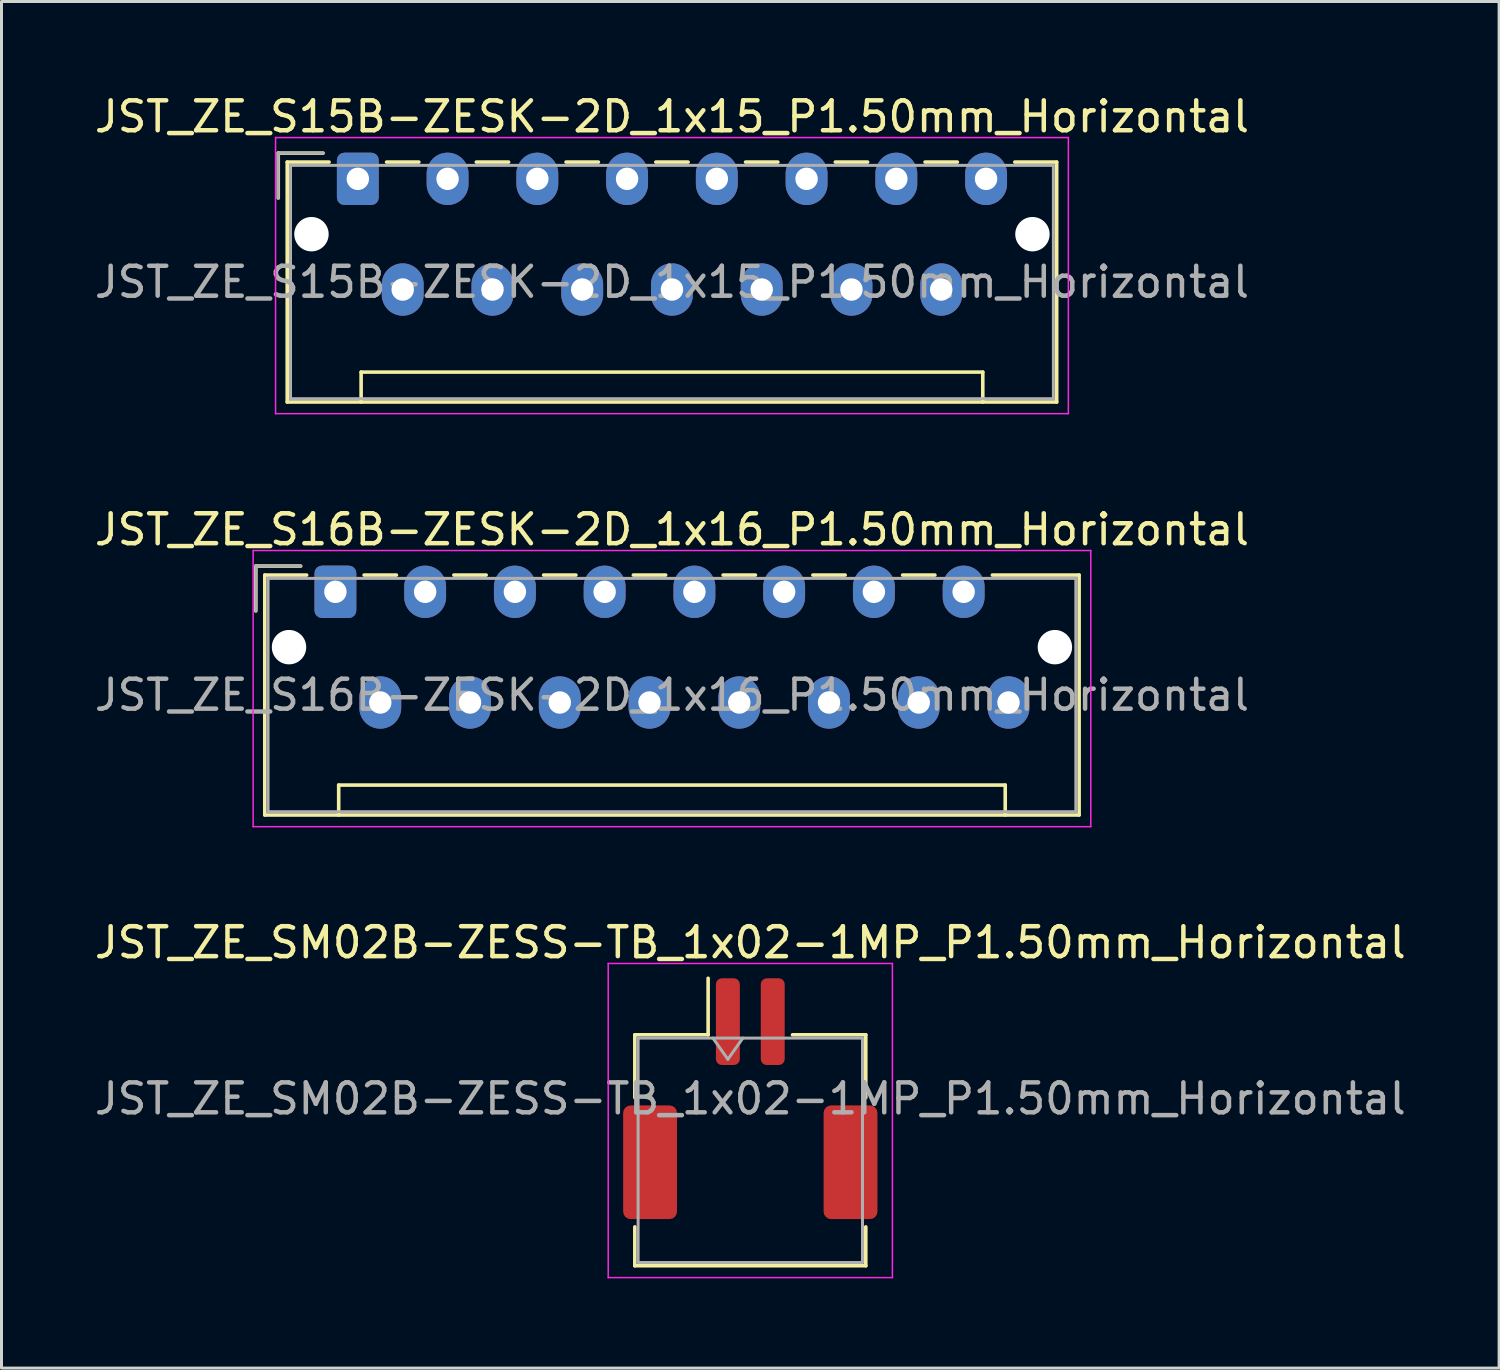
<source format=kicad_pcb>
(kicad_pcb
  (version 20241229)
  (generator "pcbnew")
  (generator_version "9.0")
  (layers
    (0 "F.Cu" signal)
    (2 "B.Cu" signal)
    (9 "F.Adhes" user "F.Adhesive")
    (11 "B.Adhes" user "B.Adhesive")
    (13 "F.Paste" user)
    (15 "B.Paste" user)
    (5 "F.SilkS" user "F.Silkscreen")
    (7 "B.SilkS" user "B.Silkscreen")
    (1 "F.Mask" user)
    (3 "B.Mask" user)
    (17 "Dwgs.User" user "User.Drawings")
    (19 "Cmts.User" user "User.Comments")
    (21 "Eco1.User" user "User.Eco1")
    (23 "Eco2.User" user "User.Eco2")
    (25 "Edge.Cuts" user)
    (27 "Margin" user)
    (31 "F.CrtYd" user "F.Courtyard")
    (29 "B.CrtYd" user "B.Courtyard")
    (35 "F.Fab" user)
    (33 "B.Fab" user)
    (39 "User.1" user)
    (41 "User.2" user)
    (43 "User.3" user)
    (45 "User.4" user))
  (footprint "JST_ZE_S15B-ZESK-2D_1x15_P1.50mm_Horizontal"
    (layer "F.Cu")
    (at 8.911 2.928)
    (property "Reference" "JST_ZE_S15B-ZESK-2D_1x15_P1.50mm_Horizontal" (at 10.5 -2.08 0) (layer "F.SilkS") (effects (font (size 1 1) (thickness 0.15))))
    (attr through_hole)
    (fp_line (start -2.66 -0.86) (end -1.16 -0.86) (stroke (width 0.12) (type solid)) (layer "F.SilkS"))
    (fp_line (start -2.66 0.64) (end -2.66 -0.86) (stroke (width 0.12) (type solid)) (layer "F.SilkS"))
    (fp_line (start -2.36 -0.56) (end -2.36 7.46) (stroke (width 0.12) (type solid)) (layer "F.SilkS"))
    (fp_line (start -2.36 7.46) (end 23.36 7.46) (stroke (width 0.12) (type solid)) (layer "F.SilkS"))
    (fp_line (start -0.96 -0.56) (end -2.36 -0.56) (stroke (width 0.12) (type solid)) (layer "F.SilkS"))
    (fp_line (start 0.11 6.46) (end 20.89 6.46) (stroke (width 0.12) (type solid)) (layer "F.SilkS"))
    (fp_line (start 0.11 7.46) (end 0.11 6.46) (stroke (width 0.12) (type solid)) (layer "F.SilkS"))
    (fp_line (start 0.96 -0.56) (end 2.04 -0.56) (stroke (width 0.12) (type solid)) (layer "F.SilkS"))
    (fp_line (start 3.96 -0.56) (end 5.04 -0.56) (stroke (width 0.12) (type solid)) (layer "F.SilkS"))
    (fp_line (start 6.96 -0.56) (end 8.04 -0.56) (stroke (width 0.12) (type solid)) (layer "F.SilkS"))
    (fp_line (start 9.96 -0.56) (end 11.04 -0.56) (stroke (width 0.12) (type solid)) (layer "F.SilkS"))
    (fp_line (start 12.96 -0.56) (end 14.04 -0.56) (stroke (width 0.12) (type solid)) (layer "F.SilkS"))
    (fp_line (start 15.96 -0.56) (end 17.04 -0.56) (stroke (width 0.12) (type solid)) (layer "F.SilkS"))
    (fp_line (start 18.96 -0.56) (end 20.04 -0.56) (stroke (width 0.12) (type solid)) (layer "F.SilkS"))
    (fp_line (start 20.89 6.46) (end 20.89 7.46) (stroke (width 0.12) (type solid)) (layer "F.SilkS"))
    (fp_line (start 23.36 -0.56) (end 21.96 -0.56) (stroke (width 0.12) (type solid)) (layer "F.SilkS"))
    (fp_line (start 23.36 7.46) (end 23.36 -0.56) (stroke (width 0.12) (type solid)) (layer "F.SilkS"))
    (fp_line (start -2.75 -1.38) (end -2.75 7.85) (stroke (width 0.05) (type solid)) (layer "F.CrtYd"))
    (fp_line (start -2.75 7.85) (end 23.75 7.85) (stroke (width 0.05) (type solid)) (layer "F.CrtYd"))
    (fp_line (start 23.75 -1.38) (end -2.75 -1.38) (stroke (width 0.05) (type solid)) (layer "F.CrtYd"))
    (fp_line (start 23.75 7.85) (end 23.75 -1.38) (stroke (width 0.05) (type solid)) (layer "F.CrtYd"))
    (fp_line (start -2.66 -0.86) (end -1.16 -0.86) (stroke (width 0.1) (type solid)) (layer "F.Fab"))
    (fp_line (start -2.66 0.64) (end -2.66 -0.86) (stroke (width 0.1) (type solid)) (layer "F.Fab"))
    (fp_line (start -2.25 -0.45) (end -2.25 7.35) (stroke (width 0.1) (type solid)) (layer "F.Fab"))
    (fp_line (start -2.25 7.35) (end 23.25 7.35) (stroke (width 0.1) (type solid)) (layer "F.Fab"))
    (fp_line (start 23.25 -0.45) (end -2.25 -0.45) (stroke (width 0.1) (type solid)) (layer "F.Fab"))
    (fp_line (start 23.25 7.35) (end 23.25 -0.45) (stroke (width 0.1) (type solid)) (layer "F.Fab"))
    (fp_text user "${REFERENCE}" (at 10.5 3.45 0) (layer "F.Fab") (effects (font (size 1 1) (thickness 0.15))))
    (pad "" np_thru_hole circle (at -1.55 1.85) (size 1.15 1.15) (drill 1.15) (layers "*.Cu" "*.Mask"))
    (pad "" np_thru_hole circle (at 22.55 1.85) (size 1.15 1.15) (drill 1.15) (layers "*.Cu" "*.Mask"))
    (pad "1" thru_hole roundrect (at 0 0) (size 1.4 1.75) (drill 0.75) (layers "*.Cu" "*.Mask") (roundrect_rratio 0.179))
    (pad "2" thru_hole oval (at 1.5 3.7) (size 1.4 1.75) (drill 0.75) (layers "*.Cu" "*.Mask"))
    (pad "3" thru_hole oval (at 3 0) (size 1.4 1.75) (drill 0.75) (layers "*.Cu" "*.Mask"))
    (pad "4" thru_hole oval (at 4.5 3.7) (size 1.4 1.75) (drill 0.75) (layers "*.Cu" "*.Mask"))
    (pad "5" thru_hole oval (at 6 0) (size 1.4 1.75) (drill 0.75) (layers "*.Cu" "*.Mask"))
    (pad "6" thru_hole oval (at 7.5 3.7) (size 1.4 1.75) (drill 0.75) (layers "*.Cu" "*.Mask"))
    (pad "7" thru_hole oval (at 9 0) (size 1.4 1.75) (drill 0.75) (layers "*.Cu" "*.Mask"))
    (pad "8" thru_hole oval (at 10.5 3.7) (size 1.4 1.75) (drill 0.75) (layers "*.Cu" "*.Mask"))
    (pad "9" thru_hole oval (at 12 0) (size 1.4 1.75) (drill 0.75) (layers "*.Cu" "*.Mask"))
    (pad "10" thru_hole oval (at 13.5 3.7) (size 1.4 1.75) (drill 0.75) (layers "*.Cu" "*.Mask"))
    (pad "11" thru_hole oval (at 15 0) (size 1.4 1.75) (drill 0.75) (layers "*.Cu" "*.Mask"))
    (pad "12" thru_hole oval (at 16.5 3.7) (size 1.4 1.75) (drill 0.75) (layers "*.Cu" "*.Mask"))
    (pad "13" thru_hole oval (at 18 0) (size 1.4 1.75) (drill 0.75) (layers "*.Cu" "*.Mask"))
    (pad "14" thru_hole oval (at 19.5 3.7) (size 1.4 1.75) (drill 0.75) (layers "*.Cu" "*.Mask"))
    (pad "15" thru_hole oval (at 21 0) (size 1.4 1.75) (drill 0.75) (layers "*.Cu" "*.Mask")))
  (footprint "JST_ZE_S16B-ZESK-2D_1x16_P1.50mm_Horizontal"
    (layer "F.Cu")
    (at 8.161 16.732)
    (property "Reference" "JST_ZE_S16B-ZESK-2D_1x16_P1.50mm_Horizontal" (at 11.25 -2.08 0) (layer "F.SilkS") (effects (font (size 1 1) (thickness 0.15))))
    (attr through_hole)
    (fp_line (start -2.66 -0.86) (end -1.16 -0.86) (stroke (width 0.12) (type solid)) (layer "F.SilkS"))
    (fp_line (start -2.66 0.64) (end -2.66 -0.86) (stroke (width 0.12) (type solid)) (layer "F.SilkS"))
    (fp_line (start -2.36 -0.56) (end -2.36 7.46) (stroke (width 0.12) (type solid)) (layer "F.SilkS"))
    (fp_line (start -2.36 7.46) (end 24.86 7.46) (stroke (width 0.12) (type solid)) (layer "F.SilkS"))
    (fp_line (start -0.96 -0.56) (end -2.36 -0.56) (stroke (width 0.12) (type solid)) (layer "F.SilkS"))
    (fp_line (start 0.11 6.46) (end 22.39 6.46) (stroke (width 0.12) (type solid)) (layer "F.SilkS"))
    (fp_line (start 0.11 7.46) (end 0.11 6.46) (stroke (width 0.12) (type solid)) (layer "F.SilkS"))
    (fp_line (start 0.96 -0.56) (end 2.04 -0.56) (stroke (width 0.12) (type solid)) (layer "F.SilkS"))
    (fp_line (start 3.96 -0.56) (end 5.04 -0.56) (stroke (width 0.12) (type solid)) (layer "F.SilkS"))
    (fp_line (start 6.96 -0.56) (end 8.04 -0.56) (stroke (width 0.12) (type solid)) (layer "F.SilkS"))
    (fp_line (start 9.96 -0.56) (end 11.04 -0.56) (stroke (width 0.12) (type solid)) (layer "F.SilkS"))
    (fp_line (start 12.96 -0.56) (end 14.04 -0.56) (stroke (width 0.12) (type solid)) (layer "F.SilkS"))
    (fp_line (start 15.96 -0.56) (end 17.04 -0.56) (stroke (width 0.12) (type solid)) (layer "F.SilkS"))
    (fp_line (start 18.96 -0.56) (end 20.04 -0.56) (stroke (width 0.12) (type solid)) (layer "F.SilkS"))
    (fp_line (start 22.39 6.46) (end 22.39 7.46) (stroke (width 0.12) (type solid)) (layer "F.SilkS"))
    (fp_line (start 24.86 -0.56) (end 21.96 -0.56) (stroke (width 0.12) (type solid)) (layer "F.SilkS"))
    (fp_line (start 24.86 7.46) (end 24.86 -0.56) (stroke (width 0.12) (type solid)) (layer "F.SilkS"))
    (fp_line (start -2.75 -1.38) (end -2.75 7.85) (stroke (width 0.05) (type solid)) (layer "F.CrtYd"))
    (fp_line (start -2.75 7.85) (end 25.25 7.85) (stroke (width 0.05) (type solid)) (layer "F.CrtYd"))
    (fp_line (start 25.25 -1.38) (end -2.75 -1.38) (stroke (width 0.05) (type solid)) (layer "F.CrtYd"))
    (fp_line (start 25.25 7.85) (end 25.25 -1.38) (stroke (width 0.05) (type solid)) (layer "F.CrtYd"))
    (fp_line (start -2.66 -0.86) (end -1.16 -0.86) (stroke (width 0.1) (type solid)) (layer "F.Fab"))
    (fp_line (start -2.66 0.64) (end -2.66 -0.86) (stroke (width 0.1) (type solid)) (layer "F.Fab"))
    (fp_line (start -2.25 -0.45) (end -2.25 7.35) (stroke (width 0.1) (type solid)) (layer "F.Fab"))
    (fp_line (start -2.25 7.35) (end 24.75 7.35) (stroke (width 0.1) (type solid)) (layer "F.Fab"))
    (fp_line (start 24.75 -0.45) (end -2.25 -0.45) (stroke (width 0.1) (type solid)) (layer "F.Fab"))
    (fp_line (start 24.75 7.35) (end 24.75 -0.45) (stroke (width 0.1) (type solid)) (layer "F.Fab"))
    (fp_text user "${REFERENCE}" (at 11.25 3.45 0) (layer "F.Fab") (effects (font (size 1 1) (thickness 0.15))))
    (pad "" np_thru_hole circle (at -1.55 1.85) (size 1.15 1.15) (drill 1.15) (layers "*.Cu" "*.Mask"))
    (pad "" np_thru_hole circle (at 24.05 1.85) (size 1.15 1.15) (drill 1.15) (layers "*.Cu" "*.Mask"))
    (pad "1" thru_hole roundrect (at 0 0) (size 1.4 1.75) (drill 0.75) (layers "*.Cu" "*.Mask") (roundrect_rratio 0.179))
    (pad "2" thru_hole oval (at 1.5 3.7) (size 1.4 1.75) (drill 0.75) (layers "*.Cu" "*.Mask"))
    (pad "3" thru_hole oval (at 3 0) (size 1.4 1.75) (drill 0.75) (layers "*.Cu" "*.Mask"))
    (pad "4" thru_hole oval (at 4.5 3.7) (size 1.4 1.75) (drill 0.75) (layers "*.Cu" "*.Mask"))
    (pad "5" thru_hole oval (at 6 0) (size 1.4 1.75) (drill 0.75) (layers "*.Cu" "*.Mask"))
    (pad "6" thru_hole oval (at 7.5 3.7) (size 1.4 1.75) (drill 0.75) (layers "*.Cu" "*.Mask"))
    (pad "7" thru_hole oval (at 9 0) (size 1.4 1.75) (drill 0.75) (layers "*.Cu" "*.Mask"))
    (pad "8" thru_hole oval (at 10.5 3.7) (size 1.4 1.75) (drill 0.75) (layers "*.Cu" "*.Mask"))
    (pad "9" thru_hole oval (at 12 0) (size 1.4 1.75) (drill 0.75) (layers "*.Cu" "*.Mask"))
    (pad "10" thru_hole oval (at 13.5 3.7) (size 1.4 1.75) (drill 0.75) (layers "*.Cu" "*.Mask"))
    (pad "11" thru_hole oval (at 15 0) (size 1.4 1.75) (drill 0.75) (layers "*.Cu" "*.Mask"))
    (pad "12" thru_hole oval (at 16.5 3.7) (size 1.4 1.75) (drill 0.75) (layers "*.Cu" "*.Mask"))
    (pad "13" thru_hole oval (at 18 0) (size 1.4 1.75) (drill 0.75) (layers "*.Cu" "*.Mask"))
    (pad "14" thru_hole oval (at 19.5 3.7) (size 1.4 1.75) (drill 0.75) (layers "*.Cu" "*.Mask"))
    (pad "15" thru_hole oval (at 21 0) (size 1.4 1.75) (drill 0.75) (layers "*.Cu" "*.Mask"))
    (pad "16" thru_hole oval (at 22.5 3.7) (size 1.4 1.75) (drill 0.75) (layers "*.Cu" "*.Mask")))
  (footprint "JST_ZE_SM02B-ZESS-TB_1x02-1MP_P1.50mm_Horizontal"
    (layer "F.Cu")
    (at 22.03 33.675)
    (property "Reference" "JST_ZE_SM02B-ZESS-TB_1x02-1MP_P1.50mm_Horizontal" (at 0 -5.22 0) (layer "F.SilkS") (effects (font (size 1 1) (thickness 0.15))))
    (attr smd)
    (fp_line (start -3.86 -2.135) (end -1.41 -2.135) (stroke (width 0.12) (type solid)) (layer "F.SilkS"))
    (fp_line (start -3.86 -0.035) (end -3.86 -2.135) (stroke (width 0.12) (type solid)) (layer "F.SilkS"))
    (fp_line (start -3.86 4.285) (end -3.86 5.585) (stroke (width 0.12) (type solid)) (layer "F.SilkS"))
    (fp_line (start -3.86 5.585) (end 3.86 5.585) (stroke (width 0.12) (type solid)) (layer "F.SilkS"))
    (fp_line (start -1.41 -2.135) (end -1.41 -4.025) (stroke (width 0.12) (type solid)) (layer "F.SilkS"))
    (fp_line (start 3.86 -2.135) (end 1.41 -2.135) (stroke (width 0.12) (type solid)) (layer "F.SilkS"))
    (fp_line (start 3.86 -0.035) (end 3.86 -2.135) (stroke (width 0.12) (type solid)) (layer "F.SilkS"))
    (fp_line (start 3.86 5.585) (end 3.86 4.285) (stroke (width 0.12) (type solid)) (layer "F.SilkS"))
    (fp_line (start -4.75 -4.52) (end -4.75 5.98) (stroke (width 0.05) (type solid)) (layer "F.CrtYd"))
    (fp_line (start -4.75 5.98) (end 4.75 5.98) (stroke (width 0.05) (type solid)) (layer "F.CrtYd"))
    (fp_line (start 4.75 -4.52) (end -4.75 -4.52) (stroke (width 0.05) (type solid)) (layer "F.CrtYd"))
    (fp_line (start 4.75 5.98) (end 4.75 -4.52) (stroke (width 0.05) (type solid)) (layer "F.CrtYd"))
    (fp_line (start -3.75 -2.025) (end -3.75 5.475) (stroke (width 0.1) (type solid)) (layer "F.Fab"))
    (fp_line (start -3.75 -2.025) (end 3.75 -2.025) (stroke (width 0.1) (type solid)) (layer "F.Fab"))
    (fp_line (start -3.75 5.475) (end 3.75 5.475) (stroke (width 0.1) (type solid)) (layer "F.Fab"))
    (fp_line (start -1.25 -2.025) (end -0.75 -1.318) (stroke (width 0.1) (type solid)) (layer "F.Fab"))
    (fp_line (start -0.75 -1.318) (end -0.25 -2.025) (stroke (width 0.1) (type solid)) (layer "F.Fab"))
    (fp_line (start 3.75 -2.025) (end 3.75 5.475) (stroke (width 0.1) (type solid)) (layer "F.Fab"))
    (fp_text user "${REFERENCE}" (at 0 0 0) (layer "F.Fab") (effects (font (size 1 1) (thickness 0.15))))
    (pad "1" smd roundrect (at -0.75 -2.575) (size 0.8 2.9) (layers "F.Cu" "F.Mask" "F.Paste") (roundrect_rratio 0.25))
    (pad "2" smd roundrect (at 0.75 -2.575) (size 0.8 2.9) (layers "F.Cu" "F.Mask" "F.Paste") (roundrect_rratio 0.25))
    (pad "MP" smd roundrect (at -3.35 2.125) (size 1.8 3.8) (layers "F.Cu" "F.Mask" "F.Paste") (roundrect_rratio 0.139))
    (pad "MP" smd roundrect (at 3.35 2.125) (size 1.8 3.8) (layers "F.Cu" "F.Mask" "F.Paste") (roundrect_rratio 0.139)))
  (gr_rect
    (start -3 -3)
    (end 47.06 42.68)
    (stroke (width 0.1) (type default))
    (fill no)
    (layer "Edge.Cuts")))
</source>
